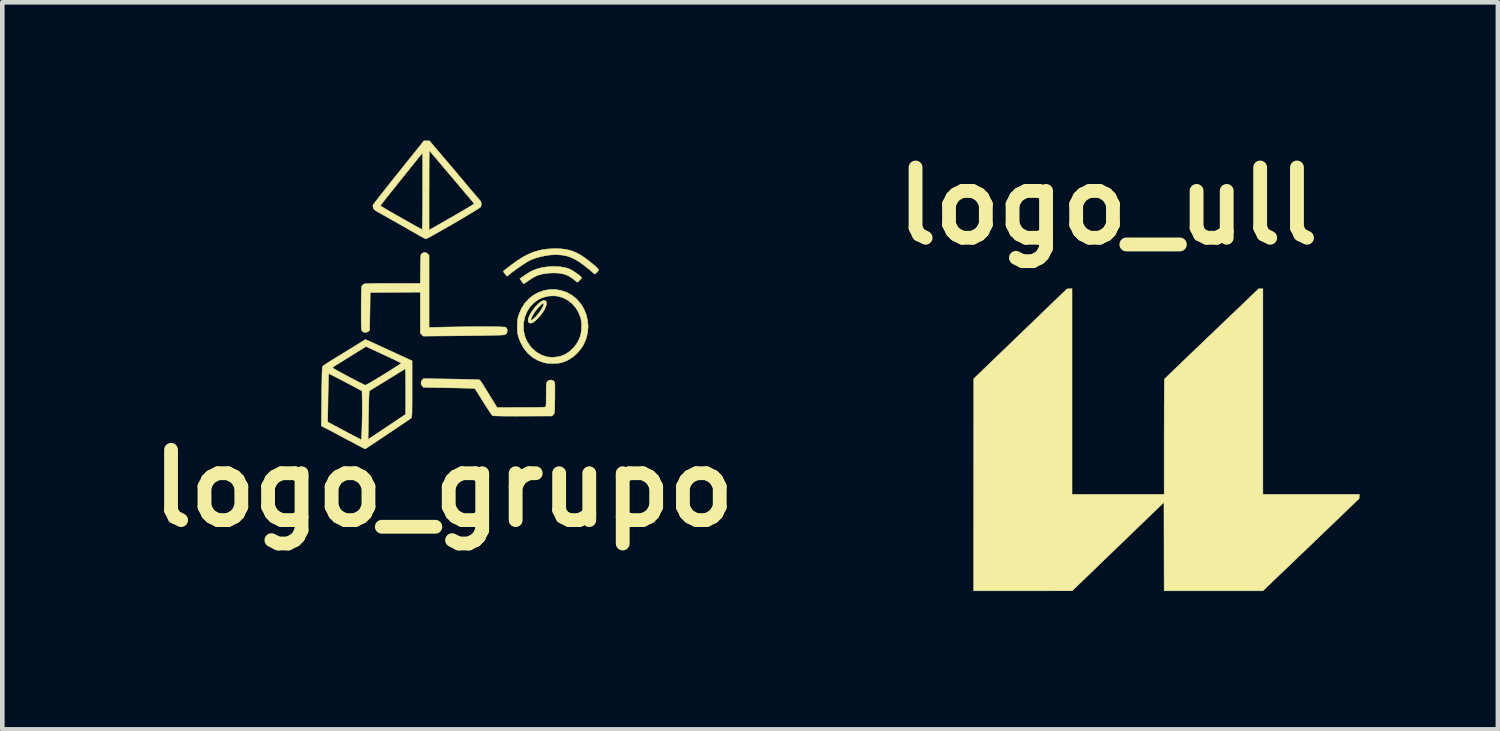
<source format=kicad_pcb>
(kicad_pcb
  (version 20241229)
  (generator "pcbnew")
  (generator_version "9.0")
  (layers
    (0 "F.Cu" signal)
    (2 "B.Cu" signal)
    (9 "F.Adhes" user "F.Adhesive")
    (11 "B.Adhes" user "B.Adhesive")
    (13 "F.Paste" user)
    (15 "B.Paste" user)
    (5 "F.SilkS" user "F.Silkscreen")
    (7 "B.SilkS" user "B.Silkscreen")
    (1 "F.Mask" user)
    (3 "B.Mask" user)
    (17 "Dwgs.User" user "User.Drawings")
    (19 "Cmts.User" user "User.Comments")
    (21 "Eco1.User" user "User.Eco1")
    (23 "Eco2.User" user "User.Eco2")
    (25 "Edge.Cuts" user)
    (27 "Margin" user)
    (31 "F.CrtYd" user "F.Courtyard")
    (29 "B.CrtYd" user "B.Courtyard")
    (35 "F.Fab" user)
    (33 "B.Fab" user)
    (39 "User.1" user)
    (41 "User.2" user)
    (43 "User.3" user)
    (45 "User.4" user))
  (footprint "logo_ull"
    (layer "F.Cu")
    (at 22.253 6.498)
    (property "Reference" "logo_ull" (at -1.27 -5.08 0) (layer "F.SilkS") (effects (font (size 1.524 1.524) (thickness 0.3))))
    (attr through_hole)
    (fp_poly (pts (xy -2.049 1.177) (xy -0.051 1.177) (xy -0.051 -0.07) (xy -0.051 -0.214) (xy -0.05 -0.353) (xy -0.05 -0.487) (xy -0.05 -0.615) (xy -0.05 -0.735) (xy -0.049 -0.846) (xy -0.049 -0.949) (xy -0.048 -1.041) (xy -0.048 -1.122) (xy -0.047 -1.191) (xy -0.046 -1.246) (xy -0.046 -1.288) (xy -0.045 -1.315) (xy -0.044 -1.326) (xy -0.044 -1.326) (xy -0.038 -1.333) (xy -0.019 -1.35) (xy 0.01 -1.379) (xy 0.05 -1.417) (xy 0.099 -1.464) (xy 0.157 -1.52) (xy 0.224 -1.585) (xy 0.298 -1.656) (xy 0.38 -1.734) (xy 0.468 -1.819) (xy 0.562 -1.909) (xy 0.661 -2.004) (xy 0.764 -2.103) (xy 0.872 -2.206) (xy 0.981 -2.31) (xy 2 -3.285) (xy 2.091 -3.285) (xy 2.091 1.177) (xy 4.183 1.177) (xy 4.181 1.223) (xy 4.178 1.268) (xy 3.135 2.268) (xy 2.091 3.268) (xy -0.051 3.268) (xy -0.053 2.308) (xy -0.055 1.348) (xy -1.05 2.307) (xy -2.045 3.267) (xy -3.114 3.268) (xy -4.183 3.268) (xy -4.182 0.967) (xy -4.181 -1.333) (xy -3.17 -2.307) (xy -2.159 -3.281) (xy -2.104 -3.283) (xy -2.049 -3.286) (xy -2.049 1.177)) (stroke (width 0.01) (type solid)) (fill yes) (layer "F.SilkS")))
  (footprint "logo_grupo"
    (layer "F.Cu")
    (at 6.575 3.732)
    (property "Reference" "logo_grupo" (at 0 3.81 0) (layer "F.SilkS") (effects (font (size 1.524 1.524) (thickness 0.3))))
    (attr through_hole)
    (fp_poly (pts (xy 2.208 -0.257) (xy 2.225 -0.235) (xy 2.23 -0.195) (xy 2.218 -0.142) (xy 2.191 -0.08) (xy 2.151 -0.011) (xy 2.098 0.059) (xy 2.04 0.125) (xy 1.978 0.183) (xy 1.925 0.218) (xy 1.881 0.229) (xy 1.848 0.217) (xy 1.844 0.213) (xy 1.831 0.183) (xy 1.833 0.141) (xy 1.893 0.141) (xy 1.894 0.162) (xy 1.909 0.163) (xy 1.939 0.142) (xy 1.984 0.101) (xy 2 0.085) (xy 2.045 0.033) (xy 2.086 -0.021) (xy 2.121 -0.074) (xy 2.148 -0.122) (xy 2.165 -0.162) (xy 2.17 -0.19) (xy 2.161 -0.203) (xy 2.158 -0.203) (xy 2.138 -0.194) (xy 2.107 -0.168) (xy 2.07 -0.13) (xy 2.03 -0.085) (xy 1.991 -0.037) (xy 1.958 0.009) (xy 1.939 0.04) (xy 1.908 0.1) (xy 1.893 0.141) (xy 1.833 0.141) (xy 1.834 0.138) (xy 1.852 0.082) (xy 1.884 0.018) (xy 1.928 -0.05) (xy 1.982 -0.119) (xy 2.022 -0.162) (xy 2.083 -0.219) (xy 2.135 -0.254) (xy 2.177 -0.267) (xy 2.208 -0.257)) (stroke (width 0.01) (type solid)) (fill yes) (layer "F.SilkS"))
    (fp_poly (pts (xy 2.518 -0.996) (xy 2.633 -0.978) (xy 2.705 -0.957) (xy 2.747 -0.937) (xy 2.8 -0.907) (xy 2.857 -0.87) (xy 2.911 -0.833) (xy 2.954 -0.799) (xy 2.969 -0.784) (xy 2.995 -0.756) (xy 2.952 -0.708) (xy 2.926 -0.681) (xy 2.907 -0.664) (xy 2.902 -0.66) (xy 2.889 -0.668) (xy 2.863 -0.687) (xy 2.828 -0.715) (xy 2.825 -0.718) (xy 2.779 -0.752) (xy 2.73 -0.785) (xy 2.695 -0.805) (xy 2.613 -0.835) (xy 2.513 -0.855) (xy 2.401 -0.862) (xy 2.282 -0.858) (xy 2.163 -0.842) (xy 2.149 -0.839) (xy 2.083 -0.823) (xy 2.025 -0.804) (xy 1.969 -0.777) (xy 1.907 -0.741) (xy 1.835 -0.693) (xy 1.789 -0.66) (xy 1.759 -0.64) (xy 1.741 -0.631) (xy 1.73 -0.63) (xy 1.724 -0.636) (xy 1.72 -0.641) (xy 1.705 -0.662) (xy 1.683 -0.692) (xy 1.679 -0.697) (xy 1.65 -0.735) (xy 1.743 -0.801) (xy 1.799 -0.838) (xy 1.861 -0.876) (xy 1.917 -0.907) (xy 1.923 -0.91) (xy 2.022 -0.95) (xy 2.138 -0.979) (xy 2.264 -0.997) (xy 2.393 -1.003) (xy 2.518 -0.996)) (stroke (width 0.01) (type solid)) (fill yes) (layer "F.SilkS"))
    (fp_poly (pts (xy 2.543 -1.385) (xy 2.653 -1.372) (xy 2.756 -1.347) (xy 2.856 -1.31) (xy 2.955 -1.258) (xy 3.06 -1.189) (xy 3.174 -1.103) (xy 3.223 -1.062) (xy 3.281 -1.014) (xy 3.321 -0.978) (xy 3.346 -0.953) (xy 3.357 -0.934) (xy 3.356 -0.918) (xy 3.346 -0.902) (xy 3.326 -0.882) (xy 3.324 -0.88) (xy 3.278 -0.834) (xy 3.173 -0.923) (xy 3.056 -1.018) (xy 2.95 -1.095) (xy 2.853 -1.154) (xy 2.761 -1.199) (xy 2.669 -1.23) (xy 2.575 -1.248) (xy 2.474 -1.256) (xy 2.427 -1.257) (xy 2.318 -1.252) (xy 2.203 -1.236) (xy 2.088 -1.211) (xy 1.981 -1.18) (xy 1.888 -1.144) (xy 1.843 -1.121) (xy 1.788 -1.088) (xy 1.72 -1.044) (xy 1.645 -0.993) (xy 1.571 -0.942) (xy 1.505 -0.893) (xy 1.452 -0.853) (xy 1.452 -0.852) (xy 1.373 -0.789) (xy 1.329 -0.843) (xy 1.304 -0.876) (xy 1.295 -0.897) (xy 1.301 -0.909) (xy 1.301 -0.909) (xy 1.317 -0.921) (xy 1.349 -0.945) (xy 1.392 -0.978) (xy 1.442 -1.016) (xy 1.448 -1.021) (xy 1.593 -1.126) (xy 1.728 -1.212) (xy 1.859 -1.278) (xy 1.988 -1.328) (xy 2.119 -1.362) (xy 2.258 -1.382) (xy 2.406 -1.389) (xy 2.419 -1.389) (xy 2.543 -1.385)) (stroke (width 0.01) (type solid)) (fill yes) (layer "F.SilkS"))
    (fp_poly (pts (xy -0.385 -1.302) (xy -0.349 -1.277) (xy -0.318 -1.246) (xy -0.318 0.321) (xy 0.029 0.313) (xy 0.163 0.31) (xy 0.301 0.308) (xy 0.44 0.306) (xy 0.578 0.305) (xy 0.711 0.304) (xy 0.838 0.304) (xy 0.956 0.304) (xy 1.064 0.305) (xy 1.157 0.306) (xy 1.234 0.308) (xy 1.293 0.311) (xy 1.33 0.313) (xy 1.344 0.316) (xy 1.369 0.343) (xy 1.379 0.382) (xy 1.374 0.426) (xy 1.371 0.434) (xy 1.348 0.464) (xy 1.31 0.481) (xy 1.289 0.483) (xy 1.246 0.486) (xy 1.181 0.488) (xy 1.098 0.49) (xy 0.998 0.492) (xy 0.884 0.495) (xy 0.758 0.497) (xy 0.623 0.498) (xy 0.479 0.5) (xy 0.409 0.501) (xy -0.445 0.509) (xy -0.476 0.477) (xy -0.508 0.446) (xy -0.508 -0.445) (xy -1.051 -0.441) (xy -1.594 -0.438) (xy -1.6 -0.027) (xy -1.607 0.383) (xy -1.637 0.408) (xy -1.68 0.429) (xy -1.725 0.427) (xy -1.763 0.406) (xy -1.77 0.399) (xy -1.776 0.39) (xy -1.781 0.378) (xy -1.784 0.359) (xy -1.787 0.331) (xy -1.789 0.291) (xy -1.79 0.238) (xy -1.79 0.167) (xy -1.791 0.078) (xy -1.791 -0.034) (xy -1.791 -0.082) (xy -1.79 -0.226) (xy -1.789 -0.345) (xy -1.787 -0.439) (xy -1.784 -0.509) (xy -1.781 -0.554) (xy -1.777 -0.576) (xy -1.754 -0.605) (xy -1.732 -0.621) (xy -1.712 -0.625) (xy -1.671 -0.628) (xy -1.608 -0.63) (xy -1.523 -0.632) (xy -1.414 -0.634) (xy -1.281 -0.635) (xy -1.123 -0.635) (xy -1.105 -0.635) (xy -0.509 -0.635) (xy -0.505 -0.947) (xy -0.504 -1.044) (xy -0.503 -1.119) (xy -0.501 -1.175) (xy -0.499 -1.215) (xy -0.496 -1.242) (xy -0.491 -1.259) (xy -0.485 -1.271) (xy -0.477 -1.279) (xy -0.472 -1.284) (xy -0.429 -1.305) (xy -0.385 -1.302)) (stroke (width 0.01) (type solid)) (fill yes) (layer "F.SilkS"))
    (fp_poly (pts (xy 2.546 -0.482) (xy 2.67 -0.439) (xy 2.775 -0.381) (xy 2.881 -0.298) (xy 2.969 -0.198) (xy 3.038 -0.087) (xy 3.089 0.035) (xy 3.12 0.163) (xy 3.132 0.295) (xy 3.122 0.428) (xy 3.091 0.558) (xy 3.039 0.683) (xy 2.996 0.755) (xy 2.907 0.867) (xy 2.805 0.96) (xy 2.691 1.031) (xy 2.568 1.08) (xy 2.547 1.086) (xy 2.479 1.097) (xy 2.398 1.103) (xy 2.313 1.102) (xy 2.233 1.096) (xy 2.174 1.085) (xy 2.043 1.037) (xy 1.926 0.968) (xy 1.823 0.88) (xy 1.737 0.772) (xy 1.667 0.647) (xy 1.63 0.552) (xy 1.615 0.503) (xy 1.605 0.459) (xy 1.599 0.412) (xy 1.597 0.354) (xy 1.596 0.298) (xy 1.597 0.257) (xy 1.73 0.257) (xy 1.733 0.388) (xy 1.76 0.513) (xy 1.81 0.629) (xy 1.882 0.735) (xy 1.922 0.779) (xy 2.021 0.863) (xy 2.128 0.923) (xy 2.241 0.959) (xy 2.361 0.97) (xy 2.485 0.956) (xy 2.554 0.938) (xy 2.653 0.895) (xy 2.745 0.831) (xy 2.828 0.749) (xy 2.897 0.654) (xy 2.949 0.548) (xy 2.961 0.514) (xy 2.979 0.437) (xy 2.989 0.348) (xy 2.991 0.256) (xy 2.983 0.171) (xy 2.973 0.121) (xy 2.927 -0.001) (xy 2.863 -0.108) (xy 2.782 -0.199) (xy 2.688 -0.273) (xy 2.582 -0.326) (xy 2.466 -0.358) (xy 2.4 -0.365) (xy 2.276 -0.36) (xy 2.159 -0.332) (xy 2.052 -0.284) (xy 1.957 -0.216) (xy 1.876 -0.131) (xy 1.81 -0.03) (xy 1.763 0.084) (xy 1.735 0.21) (xy 1.73 0.257) (xy 1.597 0.257) (xy 1.597 0.227) (xy 1.6 0.172) (xy 1.607 0.126) (xy 1.618 0.081) (xy 1.63 0.043) (xy 1.684 -0.086) (xy 1.756 -0.2) (xy 1.843 -0.297) (xy 1.943 -0.377) (xy 2.053 -0.438) (xy 2.171 -0.48) (xy 2.293 -0.502) (xy 2.419 -0.503) (xy 2.546 -0.482)) (stroke (width 0.01) (type solid)) (fill yes) (layer "F.SilkS"))
    (fp_poly (pts (xy 0.156 1.44) (xy 0.277 1.442) (xy 0.391 1.445) (xy 0.494 1.447) (xy 0.585 1.449) (xy 0.661 1.451) (xy 0.719 1.453) (xy 0.756 1.455) (xy 0.77 1.457) (xy 0.778 1.461) (xy 0.787 1.47) (xy 0.8 1.486) (xy 0.817 1.51) (xy 0.841 1.546) (xy 0.872 1.596) (xy 0.913 1.66) (xy 0.964 1.743) (xy 1.019 1.832) (xy 1.158 2.058) (xy 1.662 2.057) (xy 1.774 2.057) (xy 1.879 2.056) (xy 1.973 2.055) (xy 2.055 2.054) (xy 2.12 2.053) (xy 2.167 2.051) (xy 2.192 2.049) (xy 2.195 2.049) (xy 2.204 2.046) (xy 2.211 2.04) (xy 2.216 2.027) (xy 2.219 2.005) (xy 2.221 1.97) (xy 2.222 1.919) (xy 2.222 1.848) (xy 2.223 1.785) (xy 2.223 1.697) (xy 2.223 1.631) (xy 2.225 1.583) (xy 2.228 1.55) (xy 2.232 1.526) (xy 2.238 1.51) (xy 2.246 1.497) (xy 2.249 1.494) (xy 2.284 1.467) (xy 2.328 1.46) (xy 2.37 1.473) (xy 2.388 1.487) (xy 2.396 1.495) (xy 2.402 1.506) (xy 2.407 1.522) (xy 2.41 1.546) (xy 2.412 1.581) (xy 2.412 1.631) (xy 2.412 1.698) (xy 2.411 1.785) (xy 2.411 1.848) (xy 2.409 1.949) (xy 2.408 2.028) (xy 2.407 2.087) (xy 2.404 2.131) (xy 2.401 2.161) (xy 2.397 2.182) (xy 2.392 2.196) (xy 2.384 2.206) (xy 2.378 2.213) (xy 2.349 2.242) (xy 1.717 2.244) (xy 1.561 2.245) (xy 1.425 2.244) (xy 1.308 2.244) (xy 1.213 2.242) (xy 1.139 2.24) (xy 1.089 2.238) (xy 1.063 2.235) (xy 1.06 2.234) (xy 1.047 2.22) (xy 1.023 2.188) (xy 0.989 2.139) (xy 0.949 2.078) (xy 0.903 2.007) (xy 0.858 1.936) (xy 0.811 1.859) (xy 0.767 1.79) (xy 0.73 1.731) (xy 0.7 1.685) (xy 0.681 1.655) (xy 0.672 1.644) (xy 0.658 1.643) (xy 0.621 1.641) (xy 0.564 1.64) (xy 0.49 1.638) (xy 0.401 1.636) (xy 0.299 1.633) (xy 0.188 1.631) (xy 0.113 1.63) (xy -0.437 1.621) (xy -0.466 1.592) (xy -0.491 1.552) (xy -0.492 1.507) (xy -0.471 1.465) (xy -0.468 1.461) (xy -0.44 1.431) (xy 0.156 1.44)) (stroke (width 0.01) (type solid)) (fill yes) (layer "F.SilkS"))
    (fp_poly (pts (xy -0.045 -3.416) (xy 0.02 -3.339) (xy 0.082 -3.267) (xy 0.136 -3.202) (xy 0.183 -3.148) (xy 0.218 -3.106) (xy 0.24 -3.08) (xy 0.246 -3.073) (xy 0.265 -3.051) (xy 0.296 -3.014) (xy 0.334 -2.969) (xy 0.364 -2.934) (xy 0.472 -2.805) (xy 0.564 -2.695) (xy 0.641 -2.604) (xy 0.703 -2.532) (xy 0.75 -2.477) (xy 0.782 -2.439) (xy 0.792 -2.428) (xy 0.81 -2.393) (xy 0.815 -2.349) (xy 0.807 -2.307) (xy 0.797 -2.289) (xy 0.782 -2.278) (xy 0.749 -2.255) (xy 0.699 -2.224) (xy 0.635 -2.185) (xy 0.561 -2.14) (xy 0.48 -2.091) (xy 0.393 -2.04) (xy 0.305 -1.987) (xy 0.218 -1.937) (xy 0.134 -1.888) (xy 0.114 -1.877) (xy -0.007 -1.808) (xy -0.107 -1.751) (xy -0.189 -1.705) (xy -0.254 -1.668) (xy -0.304 -1.641) (xy -0.341 -1.621) (xy -0.366 -1.608) (xy -0.381 -1.602) (xy -0.387 -1.6) (xy -0.404 -1.607) (xy -0.436 -1.622) (xy -0.47 -1.64) (xy -0.519 -1.668) (xy -0.576 -1.701) (xy -0.622 -1.728) (xy -0.66 -1.749) (xy -0.716 -1.781) (xy -0.786 -1.821) (xy -0.868 -1.867) (xy -0.956 -1.917) (xy -1.047 -1.969) (xy -1.138 -2.02) (xy -1.224 -2.069) (xy -1.301 -2.113) (xy -1.367 -2.15) (xy -1.417 -2.178) (xy -1.437 -2.189) (xy -1.487 -2.22) (xy -1.517 -2.249) (xy -1.532 -2.283) (xy -1.536 -2.322) (xy -1.372 -2.322) (xy -1.367 -2.317) (xy -1.353 -2.306) (xy -1.327 -2.29) (xy -1.288 -2.266) (xy -1.236 -2.235) (xy -1.167 -2.196) (xy -1.082 -2.146) (xy -0.978 -2.087) (xy -0.853 -2.017) (xy -0.782 -1.976) (xy -0.702 -1.931) (xy -0.629 -1.89) (xy -0.566 -1.855) (xy -0.516 -1.828) (xy -0.482 -1.81) (xy -0.468 -1.803) (xy -0.467 -1.803) (xy -0.466 -1.816) (xy -0.464 -1.851) (xy -0.462 -1.908) (xy -0.461 -1.984) (xy -0.46 -2.077) (xy -0.459 -2.185) (xy -0.458 -2.306) (xy -0.457 -2.437) (xy -0.457 -2.577) (xy -0.457 -2.636) (xy -0.457 -2.656) (xy -0.318 -2.656) (xy -0.318 -1.79) (xy -0.264 -1.821) (xy -0.238 -1.835) (xy -0.194 -1.861) (xy -0.135 -1.895) (xy -0.065 -1.935) (xy 0.012 -1.979) (xy 0.076 -2.016) (xy 0.219 -2.098) (xy 0.34 -2.169) (xy 0.441 -2.227) (xy 0.522 -2.275) (xy 0.583 -2.312) (xy 0.626 -2.338) (xy 0.651 -2.355) (xy 0.66 -2.362) (xy 0.652 -2.374) (xy 0.631 -2.401) (xy 0.6 -2.439) (xy 0.562 -2.484) (xy 0.562 -2.484) (xy 0.52 -2.534) (xy 0.466 -2.597) (xy 0.407 -2.667) (xy 0.347 -2.738) (xy 0.309 -2.783) (xy 0.259 -2.843) (xy 0.201 -2.912) (xy 0.138 -2.986) (xy 0.072 -3.064) (xy 0.005 -3.142) (xy -0.06 -3.22) (xy -0.122 -3.293) (xy -0.179 -3.36) (xy -0.228 -3.418) (xy -0.268 -3.465) (xy -0.296 -3.498) (xy -0.311 -3.515) (xy -0.312 -3.517) (xy -0.313 -3.505) (xy -0.314 -3.471) (xy -0.315 -3.414) (xy -0.316 -3.339) (xy -0.316 -3.246) (xy -0.317 -3.139) (xy -0.317 -3.018) (xy -0.317 -2.886) (xy -0.317 -2.744) (xy -0.318 -2.656) (xy -0.457 -2.656) (xy -0.457 -3.468) (xy -0.518 -3.395) (xy -0.542 -3.366) (xy -0.58 -3.319) (xy -0.63 -3.257) (xy -0.69 -3.182) (xy -0.759 -3.096) (xy -0.835 -3.001) (xy -0.916 -2.9) (xy -1.001 -2.795) (xy -1.086 -2.687) (xy -1.172 -2.581) (xy -1.235 -2.502) (xy -1.279 -2.445) (xy -1.318 -2.396) (xy -1.348 -2.356) (xy -1.367 -2.331) (xy -1.372 -2.322) (xy -1.536 -2.322) (xy -1.537 -2.327) (xy -1.537 -2.33) (xy -1.529 -2.342) (xy -1.507 -2.373) (xy -1.471 -2.42) (xy -1.423 -2.482) (xy -1.364 -2.557) (xy -1.296 -2.643) (xy -1.22 -2.74) (xy -1.136 -2.845) (xy -1.047 -2.957) (xy -0.983 -3.037) (xy -0.43 -3.727) (xy -0.309 -3.727) (xy -0.045 -3.416)) (stroke (width 0.01) (type solid)) (fill yes) (layer "F.SilkS"))
    (fp_poly (pts (xy -1.634 0.61) (xy -1.606 0.623) (xy -1.558 0.644) (xy -1.494 0.673) (xy -1.418 0.708) (xy -1.334 0.747) (xy -1.244 0.788) (xy -1.226 0.797) (xy -1.133 0.839) (xy -1.043 0.881) (xy -0.96 0.919) (xy -0.887 0.953) (xy -0.828 0.98) (xy -0.788 0.998) (xy -0.784 1) (xy -0.686 1.045) (xy -0.686 1.657) (xy -0.686 1.798) (xy -0.686 1.916) (xy -0.687 2.013) (xy -0.687 2.091) (xy -0.688 2.152) (xy -0.69 2.198) (xy -0.692 2.233) (xy -0.695 2.256) (xy -0.698 2.272) (xy -0.702 2.282) (xy -0.708 2.288) (xy -0.708 2.289) (xy -0.722 2.299) (xy -0.754 2.321) (xy -0.802 2.354) (xy -0.863 2.395) (xy -0.935 2.443) (xy -1.015 2.497) (xy -1.1 2.555) (xy -1.189 2.614) (xy -1.278 2.674) (xy -1.365 2.732) (xy -1.447 2.787) (xy -1.522 2.837) (xy -1.587 2.88) (xy -1.64 2.915) (xy -1.678 2.94) (xy -1.699 2.954) (xy -1.702 2.955) (xy -1.715 2.951) (xy -1.745 2.937) (xy -1.784 2.917) (xy -1.784 2.917) (xy -1.823 2.896) (xy -1.878 2.867) (xy -1.943 2.832) (xy -2.012 2.796) (xy -2.038 2.782) (xy -2.11 2.744) (xy -2.185 2.704) (xy -2.254 2.667) (xy -2.311 2.637) (xy -2.324 2.629) (xy -2.389 2.595) (xy -2.462 2.556) (xy -2.531 2.521) (xy -2.544 2.514) (xy -2.656 2.457) (xy -2.654 2.371) (xy -2.518 2.371) (xy -2.157 2.563) (xy -2.07 2.61) (xy -1.989 2.652) (xy -1.919 2.689) (xy -1.861 2.72) (xy -1.818 2.741) (xy -1.794 2.754) (xy -1.789 2.756) (xy -1.787 2.748) (xy -1.64 2.748) (xy -1.604 2.724) (xy -1.586 2.712) (xy -1.548 2.687) (xy -1.495 2.652) (xy -1.429 2.608) (xy -1.353 2.557) (xy -1.269 2.501) (xy -1.197 2.453) (xy -0.826 2.205) (xy -0.826 1.712) (xy -0.826 1.603) (xy -0.826 1.502) (xy -0.827 1.413) (xy -0.828 1.337) (xy -0.829 1.278) (xy -0.83 1.238) (xy -0.831 1.22) (xy -0.832 1.219) (xy -0.844 1.226) (xy -0.875 1.243) (xy -0.921 1.271) (xy -0.979 1.306) (xy -1.046 1.348) (xy -1.089 1.374) (xy -1.171 1.424) (xy -1.254 1.476) (xy -1.334 1.525) (xy -1.405 1.568) (xy -1.462 1.603) (xy -1.473 1.61) (xy -1.525 1.642) (xy -1.569 1.669) (xy -1.6 1.689) (xy -1.614 1.699) (xy -1.615 1.699) (xy -1.617 1.714) (xy -1.619 1.75) (xy -1.621 1.807) (xy -1.624 1.881) (xy -1.626 1.97) (xy -1.628 2.07) (xy -1.631 2.18) (xy -1.632 2.228) (xy -1.64 2.748) (xy -1.787 2.748) (xy -1.786 2.743) (xy -1.784 2.709) (xy -1.78 2.657) (xy -1.777 2.589) (xy -1.774 2.509) (xy -1.772 2.435) (xy -1.77 2.332) (xy -1.768 2.223) (xy -1.767 2.116) (xy -1.767 2.017) (xy -1.767 1.934) (xy -1.768 1.907) (xy -1.772 1.699) (xy -1.841 1.661) (xy -1.921 1.618) (xy -2.005 1.574) (xy -2.091 1.528) (xy -2.176 1.484) (xy -2.256 1.442) (xy -2.33 1.404) (xy -2.394 1.371) (xy -2.444 1.346) (xy -2.479 1.329) (xy -2.494 1.323) (xy -2.495 1.323) (xy -2.496 1.336) (xy -2.498 1.372) (xy -2.499 1.428) (xy -2.501 1.501) (xy -2.503 1.589) (xy -2.506 1.689) (xy -2.508 1.799) (xy -2.509 1.849) (xy -2.518 2.371) (xy -2.654 2.371) (xy -2.647 1.816) (xy -2.646 1.672) (xy -2.644 1.551) (xy -2.642 1.452) (xy -2.641 1.371) (xy -2.639 1.307) (xy -2.637 1.258) (xy -2.635 1.222) (xy -2.632 1.196) (xy -2.632 1.195) (xy -2.41 1.195) (xy -2.41 1.196) (xy -2.398 1.205) (xy -2.367 1.224) (xy -2.32 1.251) (xy -2.26 1.284) (xy -2.191 1.321) (xy -2.116 1.362) (xy -2.038 1.403) (xy -1.962 1.443) (xy -1.889 1.481) (xy -1.823 1.515) (xy -1.768 1.542) (xy -1.727 1.562) (xy -1.703 1.572) (xy -1.7 1.573) (xy -1.684 1.567) (xy -1.65 1.549) (xy -1.599 1.521) (xy -1.535 1.483) (xy -1.46 1.438) (xy -1.376 1.387) (xy -1.3 1.341) (xy -1.212 1.286) (xy -1.131 1.235) (xy -1.06 1.19) (xy -1.001 1.152) (xy -0.957 1.123) (xy -0.93 1.104) (xy -0.923 1.097) (xy -0.934 1.089) (xy -0.966 1.072) (xy -1.014 1.048) (xy -1.077 1.017) (xy -1.15 0.983) (xy -1.221 0.949) (xy -1.307 0.91) (xy -1.39 0.871) (xy -1.466 0.836) (xy -1.53 0.806) (xy -1.579 0.784) (xy -1.602 0.773) (xy -1.686 0.734) (xy -1.97 0.911) (xy -2.051 0.961) (xy -2.13 1.01) (xy -2.202 1.055) (xy -2.263 1.093) (xy -2.31 1.122) (xy -2.334 1.136) (xy -2.372 1.161) (xy -2.399 1.182) (xy -2.41 1.195) (xy -2.632 1.195) (xy -2.628 1.178) (xy -2.624 1.166) (xy -2.619 1.158) (xy -2.613 1.153) (xy -2.612 1.151) (xy -2.592 1.137) (xy -2.555 1.112) (xy -2.505 1.08) (xy -2.445 1.042) (xy -2.394 1.011) (xy -2.323 0.967) (xy -2.237 0.915) (xy -2.144 0.857) (xy -2.05 0.799) (xy -1.961 0.744) (xy -1.951 0.738) (xy -1.699 0.582) (xy -1.634 0.61)) (stroke (width 0.01) (type solid)) (fill yes) (layer "F.SilkS")))
  (gr_rect
    (start -3 -3)
    (end 29.442 12.771)
    (stroke (width 0.1) (type default))
    (fill no)
    (layer "Edge.Cuts")))
</source>
